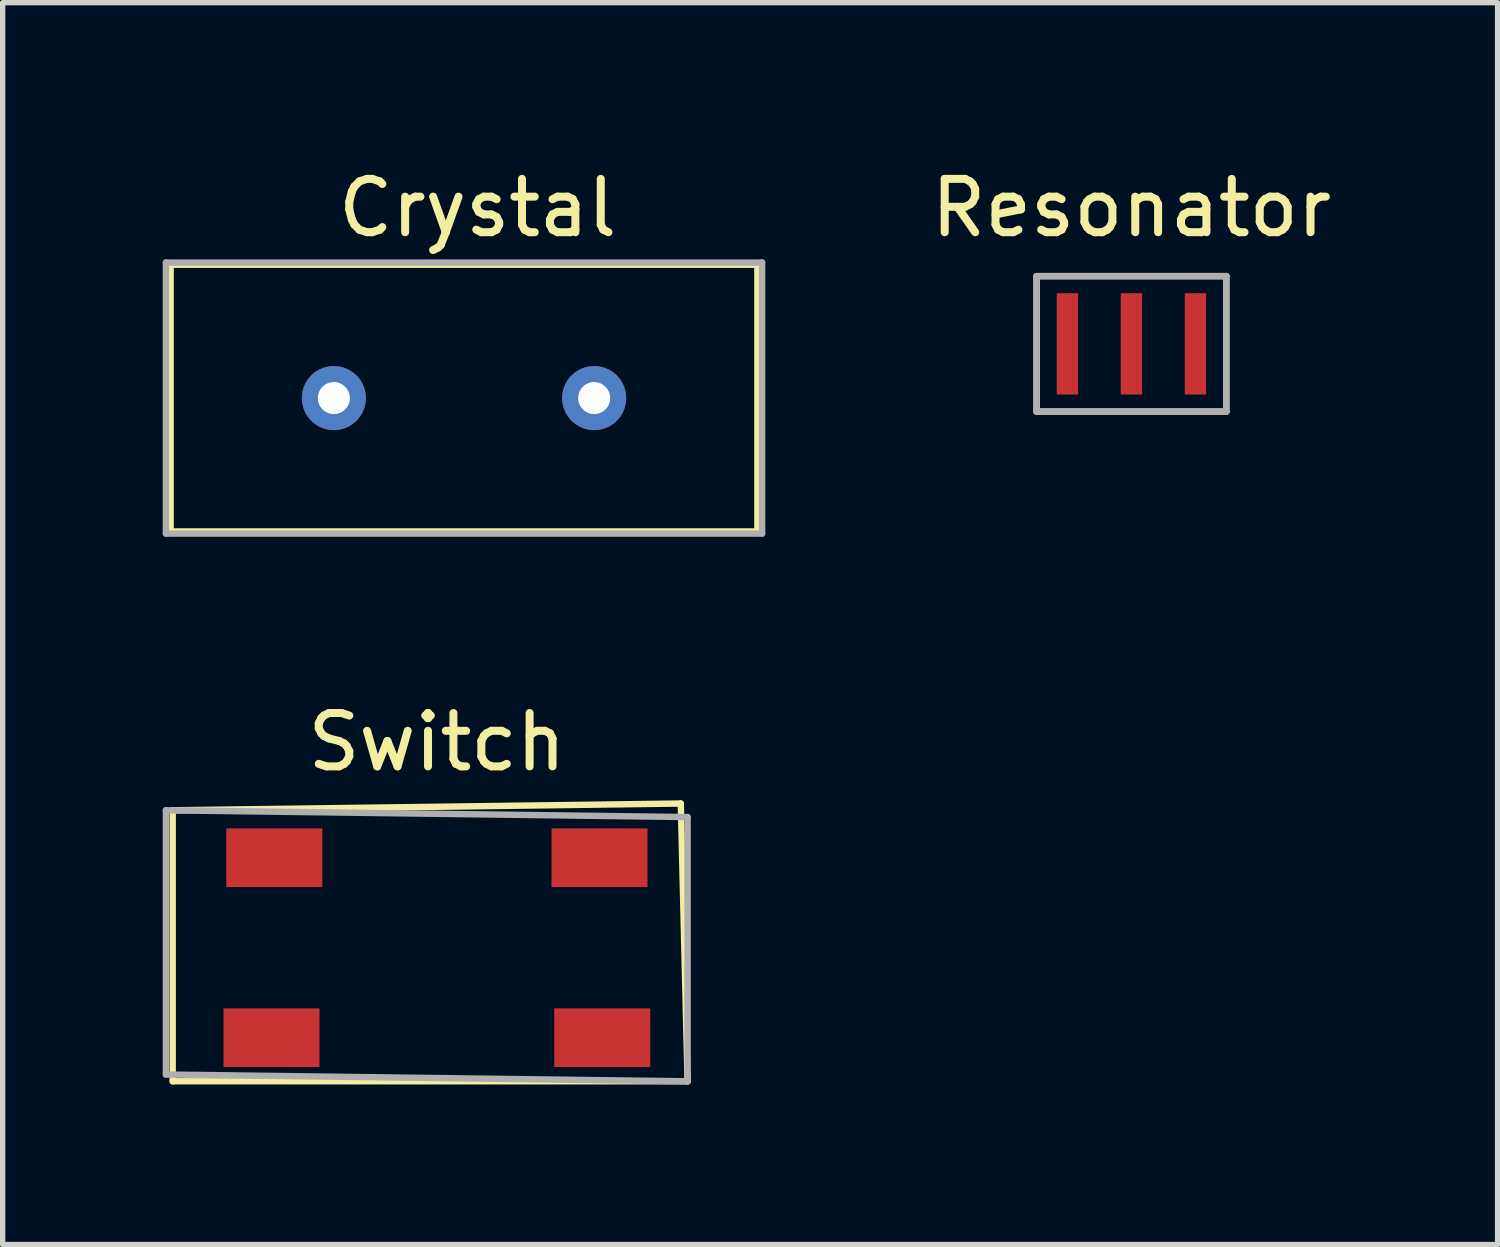
<source format=kicad_pcb>
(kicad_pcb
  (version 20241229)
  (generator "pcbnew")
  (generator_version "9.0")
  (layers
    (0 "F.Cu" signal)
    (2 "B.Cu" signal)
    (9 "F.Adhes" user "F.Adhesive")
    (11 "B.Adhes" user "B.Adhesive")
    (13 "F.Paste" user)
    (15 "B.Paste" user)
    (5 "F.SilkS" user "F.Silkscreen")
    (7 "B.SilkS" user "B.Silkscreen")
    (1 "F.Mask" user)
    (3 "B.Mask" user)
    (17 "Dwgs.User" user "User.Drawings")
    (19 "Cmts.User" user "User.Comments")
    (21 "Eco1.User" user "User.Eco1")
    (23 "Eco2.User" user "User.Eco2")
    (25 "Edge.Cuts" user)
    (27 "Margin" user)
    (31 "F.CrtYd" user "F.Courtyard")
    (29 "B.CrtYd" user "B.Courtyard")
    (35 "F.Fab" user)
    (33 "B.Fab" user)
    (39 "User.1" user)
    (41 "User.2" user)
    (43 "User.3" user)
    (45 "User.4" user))
  (footprint "Switch"
    (layer "F.Cu")
    (at 5.14 14.552)
    (property "Reference" "Switch" (at 0 -3.691 0) (layer "F.SilkS") (effects (font (size 1 1) (thickness 0.15))))
    (attr through_hole)
    (fp_line (start -4.953 -2.413) (end -4.953 2.667) (stroke (width 0.12) (type solid)) (layer "F.SilkS"))
    (fp_line (start -4.953 2.667) (end 4.699 2.667) (stroke (width 0.12) (type solid)) (layer "F.SilkS"))
    (fp_line (start 4.572 -2.54) (end -4.953 -2.413) (stroke (width 0.12) (type solid)) (layer "F.SilkS"))
    (fp_line (start 4.699 2.667) (end 4.572 -2.54) (stroke (width 0.12) (type solid)) (layer "F.SilkS"))
    (fp_line (start -5.08 -2.413) (end -5.08 2.54) (stroke (width 0.12) (type solid)) (layer "F.Fab"))
    (fp_line (start -5.08 2.54) (end 4.699 2.667) (stroke (width 0.12) (type solid)) (layer "F.Fab"))
    (fp_line (start 4.699 -2.286) (end -5.08 -2.413) (stroke (width 0.12) (type solid)) (layer "F.Fab"))
    (fp_line (start 4.699 2.667) (end 4.699 -2.286) (stroke (width 0.12) (type solid)) (layer "F.Fab"))
    (pad "1" smd rect (at -3.048 -1.524) (size 1.8 1.1) (layers "F.Cu" "F.Mask" "F.Paste"))
    (pad "1" smd rect (at 3.048 -1.524) (size 1.8 1.1) (layers "F.Cu" "F.Mask" "F.Paste"))
    (pad "2" smd rect (at -3.1 1.85) (size 1.8 1.1) (layers "F.Cu" "F.Mask" "F.Paste"))
    (pad "2" smd rect (at 3.1 1.85) (size 1.8 1.1) (layers "F.Cu" "F.Mask" "F.Paste")))
  (footprint "Resonator"
    (layer "F.Cu")
    (at 18.159 3.396)
    (property "Reference" "Resonator" (at 0 -2.548 0) (layer "F.SilkS") (effects (font (size 1 1) (thickness 0.15))))
    (attr through_hole)
    (fp_line (start -1.778 -1.27) (end -1.778 1.27) (stroke (width 0.12) (type solid)) (layer "F.SilkS"))
    (fp_line (start -1.778 1.27) (end 1.778 1.27) (stroke (width 0.12) (type solid)) (layer "F.SilkS"))
    (fp_line (start 1.778 -1.27) (end -1.778 -1.27) (stroke (width 0.12) (type solid)) (layer "F.SilkS"))
    (fp_line (start 1.778 1.27) (end 1.778 -1.27) (stroke (width 0.12) (type solid)) (layer "F.SilkS"))
    (fp_line (start -1.778 -1.27) (end -1.778 1.27) (stroke (width 0.12) (type solid)) (layer "F.Fab"))
    (fp_line (start -1.778 1.27) (end 1.778 1.27) (stroke (width 0.12) (type solid)) (layer "F.Fab"))
    (fp_line (start 1.778 -1.27) (end -1.778 -1.27) (stroke (width 0.12) (type solid)) (layer "F.Fab"))
    (fp_line (start 1.778 1.27) (end 1.778 -1.27) (stroke (width 0.12) (type solid)) (layer "F.Fab"))
    (pad "1" smd rect (at -1.2 0) (size 0.4 1.9) (layers "F.Cu" "F.Mask" "F.Paste"))
    (pad "2" smd rect (at 0 0) (size 0.4 1.9) (layers "F.Cu" "F.Mask" "F.Paste"))
    (pad "3" smd rect (at 1.2 0) (size 0.4 1.9) (layers "F.Cu" "F.Mask" "F.Paste")))
  (footprint "Crystal"
    (layer "F.Cu")
    (at 5.648 4.412)
    (property "Reference" "Crystal" (at 0.254 -3.564 0) (layer "F.SilkS") (effects (font (size 1 1) (thickness 0.15))))
    (attr through_hole)
    (fp_line (start -5.5 -2.5) (end -5.5 2.5) (stroke (width 0.12) (type solid)) (layer "F.SilkS"))
    (fp_line (start -5.5 -2.5) (end 5.5 -2.5) (stroke (width 0.12) (type solid)) (layer "F.SilkS"))
    (fp_line (start 5.5 -2.5) (end 5.5 2.5) (stroke (width 0.12) (type solid)) (layer "F.SilkS"))
    (fp_line (start 5.5 2.5) (end -5.5 2.5) (stroke (width 0.12) (type solid)) (layer "F.SilkS"))
    (fp_line (start -5.588 -2.54) (end -5.588 2.54) (stroke (width 0.12) (type solid)) (layer "F.Fab"))
    (fp_line (start -5.588 2.54) (end 5.588 2.54) (stroke (width 0.12) (type solid)) (layer "F.Fab"))
    (fp_line (start 5.588 -2.54) (end -5.588 -2.54) (stroke (width 0.12) (type solid)) (layer "F.Fab"))
    (fp_line (start 5.588 2.54) (end 5.588 -2.54) (stroke (width 0.12) (type solid)) (layer "F.Fab"))
    (pad "1" thru_hole circle (at -2.44 0) (size 1.2 1.2) (drill 0.6) (layers "*.Cu" "*.Mask"))
    (pad "2" thru_hole circle (at 2.44 0) (size 1.2 1.2) (drill 0.6) (layers "*.Cu" "*.Mask")))
  (gr_rect
    (start -3 -3)
    (end 25.022 20.279)
    (stroke (width 0.1) (type default))
    (fill no)
    (layer "Edge.Cuts")))
</source>
